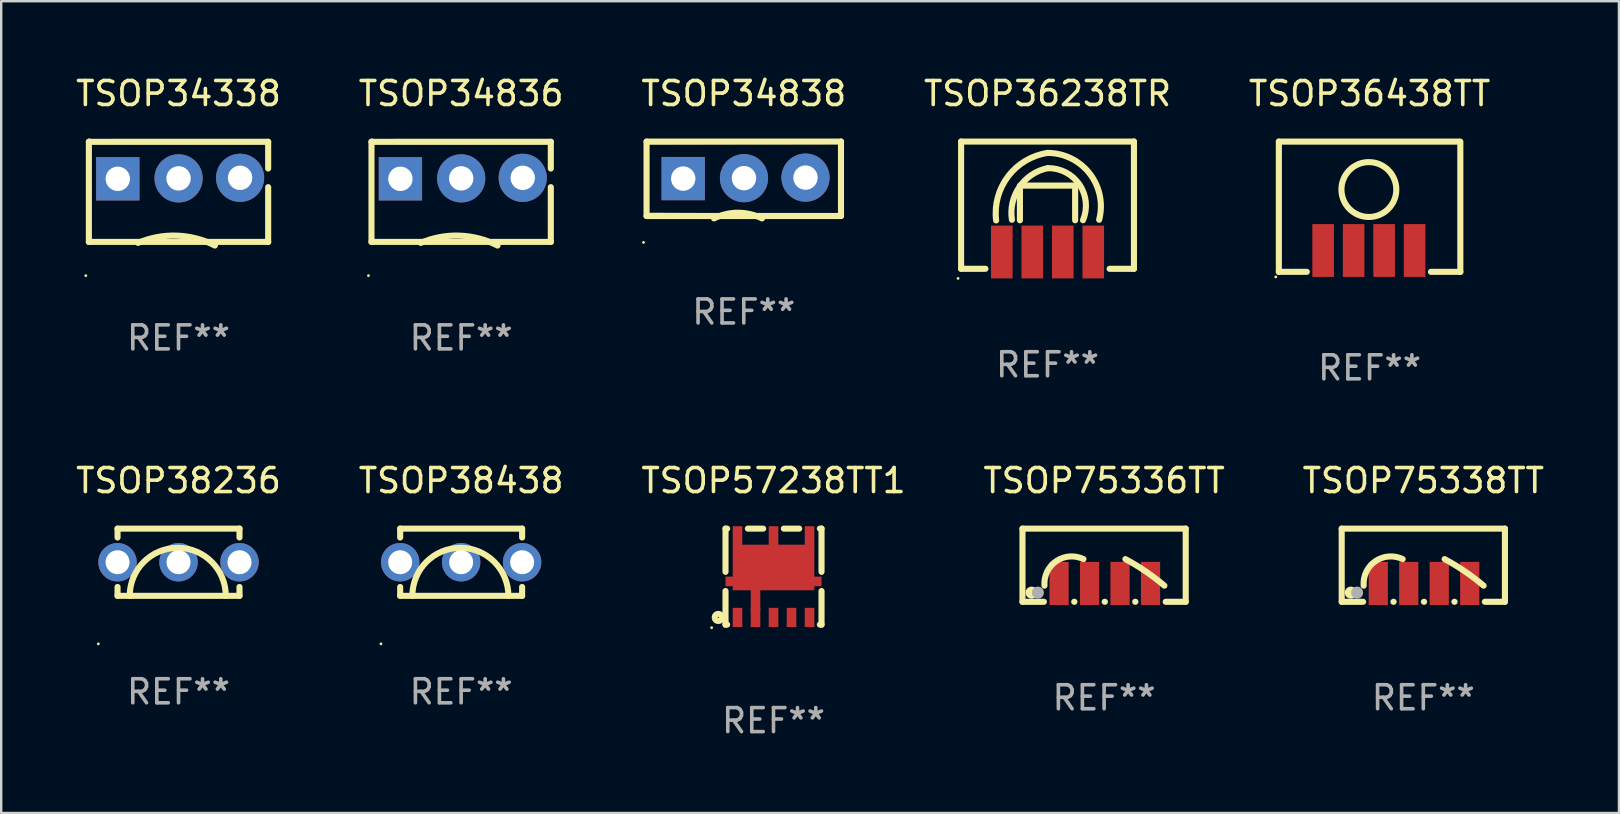
<source format=kicad_pcb>
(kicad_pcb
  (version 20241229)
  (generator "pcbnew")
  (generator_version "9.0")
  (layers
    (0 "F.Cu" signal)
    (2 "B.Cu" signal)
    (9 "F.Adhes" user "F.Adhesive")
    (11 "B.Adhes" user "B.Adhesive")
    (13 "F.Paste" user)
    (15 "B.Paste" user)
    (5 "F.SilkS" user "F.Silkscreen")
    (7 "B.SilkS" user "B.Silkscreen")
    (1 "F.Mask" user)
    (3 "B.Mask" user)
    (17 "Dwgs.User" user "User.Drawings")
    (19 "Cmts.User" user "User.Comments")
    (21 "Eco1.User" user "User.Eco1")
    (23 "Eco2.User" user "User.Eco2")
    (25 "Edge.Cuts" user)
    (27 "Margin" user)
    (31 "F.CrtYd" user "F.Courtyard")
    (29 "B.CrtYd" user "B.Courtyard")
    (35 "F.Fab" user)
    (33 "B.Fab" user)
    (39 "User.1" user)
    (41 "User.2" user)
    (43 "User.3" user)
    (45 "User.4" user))
  (footprint "TSOP57238TT1"
    (layer "F.Cu")
    (at 29.173 20.972)
    (property "Reference" "TSOP57238TT1" (at 0 -4 0) (layer "F.SilkS") (effects (font (size 1 1) (thickness 0.15))))
    (attr through_hole)
    (fp_line (start -1.999 -2) (end -1.999 -0.2) (stroke (width 0.254) (type solid)) (layer "F.SilkS"))
    (fp_line (start -1.999 -2) (end -1.93 -2) (stroke (width 0.254) (type solid)) (layer "F.SilkS"))
    (fp_line (start -1.999 0.6) (end -1.999 2) (stroke (width 0.254) (type solid)) (layer "F.SilkS"))
    (fp_line (start -1.93 2) (end -2.001 2) (stroke (width 0.254) (type solid)) (layer "F.SilkS"))
    (fp_line (start -1.068 -2) (end -0.43 -2) (stroke (width 0.254) (type solid)) (layer "F.SilkS"))
    (fp_line (start 0.432 -2) (end 1.07 -2) (stroke (width 0.254) (type solid)) (layer "F.SilkS"))
    (fp_line (start 1.932 -2) (end 2.001 -2) (stroke (width 0.254) (type solid)) (layer "F.SilkS"))
    (fp_line (start 2.001 -2) (end 2.001 -0.2) (stroke (width 0.254) (type solid)) (layer "F.SilkS"))
    (fp_line (start 2.001 0.6) (end 2.001 2) (stroke (width 0.254) (type solid)) (layer "F.SilkS"))
    (fp_line (start 2.001 2) (end 1.932 2) (stroke (width 0.254) (type solid)) (layer "F.SilkS"))
    (fp_circle (center -2.576 2.127) (end -2.546 2.127) (stroke (width 0.06) (type solid)) (fill no) (layer "F.SilkS"))
    (fp_circle (center -2.299 1.7) (end -2.149 1.7) (stroke (width 0.254) (type solid)) (fill no) (layer "F.SilkS"))
    (fp_text user "REF**" (at 0 6 0) (layer "F.Fab") (effects (font (size 1 1) (thickness 0.15))))
    (pad "1" smd rect (at -1.499 1.7) (size 0.4 0.8) (layers "F.Cu" "F.Mask" "F.Paste"))
    (pad "2" smd rect (at -0.749 1.7) (size 0.4 0.8) (layers "F.Cu" "F.Mask" "F.Paste"))
    (pad "3" smd rect (at 0.001 1.7) (size 0.4 0.8) (layers "F.Cu" "F.Mask" "F.Paste"))
    (pad "4" smd rect (at 0.751 1.7) (size 0.4 0.8) (layers "F.Cu" "F.Mask" "F.Paste"))
    (pad "5" smd rect (at 1.501 1.7) (size 0.4 0.8) (layers "F.Cu" "F.Mask" "F.Paste"))
    (pad "6" smd rect (at 1.501 -1.7) (size 0.4 0.8) (layers "F.Cu" "F.Mask" "F.Paste"))
    (pad "7" smd rect (at 0.001 -1.7) (size 0.4 0.8) (layers "F.Cu" "F.Mask" "F.Paste"))
    (pad "8" smd rect (at -1.499 -1.7) (size 0.4 0.8) (layers "F.Cu" "F.Mask" "F.Paste"))
    (pad "9" smd rect (at -1.499 0.2 90) (size 0.4 1) (layers "F.Cu" "F.Mask" "F.Paste"))
    (pad "9" smd rect (at -0.749 0.9) (size 0.4 1) (layers "F.Cu" "F.Mask" "F.Paste"))
    (pad "9" smd rect (at 0.001 -0.381) (size 3.4 1.9) (layers "F.Cu" "F.Mask" "F.Paste"))
    (pad "9" smd rect (at 1.501 0.2 90) (size 0.4 1) (layers "F.Cu" "F.Mask" "F.Paste")))
  (footprint "TSOP36438TT"
    (layer "F.Cu")
    (at 54.006 5.562)
    (property "Reference" "TSOP36438TT" (at 0 -4.713 0) (layer "F.SilkS") (effects (font (size 1 1) (thickness 0.15))))
    (attr through_hole)
    (fp_line (start -3.78 -2.713) (end -3.78 2.713) (stroke (width 0.254) (type solid)) (layer "F.SilkS"))
    (fp_line (start -3.78 -2.713) (end 3.72 -2.713) (stroke (width 0.254) (type solid)) (layer "F.SilkS"))
    (fp_line (start -3.78 2.713) (end -2.616 2.713) (stroke (width 0.254) (type solid)) (layer "F.SilkS"))
    (fp_line (start 2.556 2.713) (end 3.78 2.713) (stroke (width 0.254) (type solid)) (layer "F.SilkS"))
    (fp_line (start 3.78 2.713) (end 3.78 -2.713) (stroke (width 0.254) (type solid)) (layer "F.SilkS"))
    (fp_circle (center -3.907 2.924) (end -3.877 2.924) (stroke (width 0.06) (type solid)) (fill no) (layer "F.SilkS"))
    (fp_circle (center -0.03 -0.716) (end 1.113 -0.716) (stroke (width 0.254) (type solid)) (fill no) (layer "F.SilkS"))
    (fp_text user "REF**" (at 0 6.713 0) (layer "F.Fab") (effects (font (size 1 1) (thickness 0.15))))
    (pad "1" smd rect (at -1.935 1.824) (size 0.9 2.2) (layers "F.Cu" "F.Mask" "F.Paste"))
    (pad "2" smd rect (at -0.665 1.824) (size 0.9 2.2) (layers "F.Cu" "F.Mask" "F.Paste"))
    (pad "3" smd rect (at 0.605 1.824) (size 0.9 2.2) (layers "F.Cu" "F.Mask" "F.Paste"))
    (pad "4" smd rect (at 1.875 1.824) (size 0.9 2.2) (layers "F.Cu" "F.Mask" "F.Paste")))
  (footprint "TSOP75338TT"
    (layer "F.Cu")
    (at 56.244 20.496)
    (property "Reference" "TSOP75338TT" (at 0 -3.524 0) (layer "F.SilkS") (effects (font (size 1 1) (thickness 0.15))))
    (attr through_hole)
    (fp_line (start -3.4 -1.524) (end 3.4 -1.524) (stroke (width 0.254) (type solid)) (layer "F.SilkS"))
    (fp_line (start -3.4 1.524) (end -3.4 -1.524) (stroke (width 0.254) (type solid)) (layer "F.SilkS"))
    (fp_line (start -2.507 1.524) (end -3.4 1.524) (stroke (width 0.254) (type solid)) (layer "F.SilkS"))
    (fp_line (start -1.245 1.524) (end -1.237 1.524) (stroke (width 0.254) (type solid)) (layer "F.SilkS"))
    (fp_line (start 0.025 1.524) (end 0.033 1.524) (stroke (width 0.254) (type solid)) (layer "F.SilkS"))
    (fp_line (start 1.295 1.524) (end 1.303 1.524) (stroke (width 0.254) (type solid)) (layer "F.SilkS"))
    (fp_line (start 3.4 -1.524) (end 3.4 1.524) (stroke (width 0.254) (type solid)) (layer "F.SilkS"))
    (fp_line (start 3.4 1.524) (end 2.565 1.524) (stroke (width 0.254) (type solid)) (layer "F.SilkS"))
    (fp_arc (start -2.484684 0.852197) (mid -1.991727 -0.170016) (end -0.85997 -0.254001) (stroke (width 0.254001) (type solid)) (layer "F.SilkS"))
    (fp_arc (start 0.886792 -0.254001) (mid 1.72878 0.255577) (end 2.511506 0.852197) (stroke (width 0.254001) (type solid)) (layer "F.SilkS"))
    (fp_circle (center -3.371 1.516) (end -3.341 1.516) (stroke (width 0.06) (type solid)) (fill no) (layer "F.SilkS"))
    (fp_circle (center -3.019 1.143) (end -2.892 1.143) (stroke (width 0.254) (type solid)) (fill no) (layer "F.SilkS"))
    (fp_circle (center -2.759 1.143) (end -2.632 1.143) (stroke (width 0.254) (type solid)) (fill no) (layer "F.Fab"))
    (fp_text user "REF**" (at 0 5.524 0) (layer "F.Fab") (effects (font (size 1 1) (thickness 0.15))))
    (pad "1" smd rect (at -1.876 0.762) (size 0.8 1.8) (layers "F.Cu" "F.Mask" "F.Paste"))
    (pad "2" smd rect (at -0.606 0.762) (size 0.8 1.8) (layers "F.Cu" "F.Mask" "F.Paste"))
    (pad "3" smd rect (at 0.664 0.762) (size 0.8 1.8) (layers "F.Cu" "F.Mask" "F.Paste"))
    (pad "4" smd rect (at 1.934 0.762) (size 0.8 1.8) (layers "F.Cu" "F.Mask" "F.Paste")))
  (footprint "TSOP38236"
    (layer "F.Cu")
    (at 4.387 20.372)
    (property "Reference" "TSOP38236" (at 0 -3.4 0) (layer "F.SilkS") (effects (font (size 1 1) (thickness 0.15))))
    (attr through_hole)
    (fp_line (start -2.54 -1.4) (end 2.54 -1.4) (stroke (width 0.254) (type solid)) (layer "F.SilkS"))
    (fp_line (start -2.54 -1.031) (end -2.54 -1.4) (stroke (width 0.254) (type solid)) (layer "F.SilkS"))
    (fp_line (start -2.54 1.4) (end -2.54 1.031) (stroke (width 0.254) (type solid)) (layer "F.SilkS"))
    (fp_line (start 2.54 -1.4) (end 2.54 -1.031) (stroke (width 0.254) (type solid)) (layer "F.SilkS"))
    (fp_line (start 2.54 1.031) (end 2.54 1.4) (stroke (width 0.254) (type solid)) (layer "F.SilkS"))
    (fp_line (start 2.54 1.4) (end -2.54 1.4) (stroke (width 0.254) (type solid)) (layer "F.SilkS"))
    (fp_arc (start -2.032004 1.4) (mid -0.032004 -0.6) (end 1.967996 1.4) (stroke (width 0.254001) (type solid)) (layer "F.SilkS"))
    (fp_circle (center -3.34 3.4) (end -3.31 3.4) (stroke (width 0.06) (type solid)) (fill no) (layer "F.SilkS"))
    (fp_text user "REF**" (at 0 5.4 0) (layer "F.Fab") (effects (font (size 1 1) (thickness 0.15))))
    (pad "1" thru_hole circle (at -2.54 0) (size 1.6 1.6) (drill 1) (layers "*.Cu" "*.Mask"))
    (pad "2" thru_hole circle (at 0 0) (size 1.6 1.6) (drill 1) (layers "*.Cu" "*.Mask"))
    (pad "3" thru_hole circle (at 2.54 0) (size 1.6 1.6) (drill 1) (layers "*.Cu" "*.Mask")))
  (footprint "TSOP75336TT"
    (layer "F.Cu")
    (at 42.946 20.496)
    (property "Reference" "TSOP75336TT" (at 0 -3.524 0) (layer "F.SilkS") (effects (font (size 1 1) (thickness 0.15))))
    (attr through_hole)
    (fp_line (start -3.4 -1.524) (end 3.4 -1.524) (stroke (width 0.254) (type solid)) (layer "F.SilkS"))
    (fp_line (start -3.4 1.524) (end -3.4 -1.524) (stroke (width 0.254) (type solid)) (layer "F.SilkS"))
    (fp_line (start -2.507 1.524) (end -3.4 1.524) (stroke (width 0.254) (type solid)) (layer "F.SilkS"))
    (fp_line (start -1.245 1.524) (end -1.237 1.524) (stroke (width 0.254) (type solid)) (layer "F.SilkS"))
    (fp_line (start 0.025 1.524) (end 0.033 1.524) (stroke (width 0.254) (type solid)) (layer "F.SilkS"))
    (fp_line (start 1.295 1.524) (end 1.303 1.524) (stroke (width 0.254) (type solid)) (layer "F.SilkS"))
    (fp_line (start 3.4 -1.524) (end 3.4 1.524) (stroke (width 0.254) (type solid)) (layer "F.SilkS"))
    (fp_line (start 3.4 1.524) (end 2.565 1.524) (stroke (width 0.254) (type solid)) (layer "F.SilkS"))
    (fp_arc (start -2.484684 0.852197) (mid -1.991727 -0.170016) (end -0.85997 -0.254001) (stroke (width 0.254001) (type solid)) (layer "F.SilkS"))
    (fp_arc (start 0.886792 -0.254001) (mid 1.72878 0.255577) (end 2.511506 0.852197) (stroke (width 0.254001) (type solid)) (layer "F.SilkS"))
    (fp_circle (center -3.371 1.516) (end -3.341 1.516) (stroke (width 0.06) (type solid)) (fill no) (layer "F.SilkS"))
    (fp_circle (center -3.019 1.143) (end -2.892 1.143) (stroke (width 0.254) (type solid)) (fill no) (layer "F.SilkS"))
    (fp_circle (center -2.759 1.143) (end -2.632 1.143) (stroke (width 0.254) (type solid)) (fill no) (layer "F.Fab"))
    (fp_text user "REF**" (at 0 5.524 0) (layer "F.Fab") (effects (font (size 1 1) (thickness 0.15))))
    (pad "1" smd rect (at -1.876 0.762) (size 0.8 1.8) (layers "F.Cu" "F.Mask" "F.Paste"))
    (pad "2" smd rect (at -0.606 0.762) (size 0.8 1.8) (layers "F.Cu" "F.Mask" "F.Paste"))
    (pad "3" smd rect (at 0.664 0.762) (size 0.8 1.8) (layers "F.Cu" "F.Mask" "F.Paste"))
    (pad "4" smd rect (at 1.934 0.762) (size 0.8 1.8) (layers "F.Cu" "F.Mask" "F.Paste")))
  (footprint "TSOP36238TR"
    (layer "F.Cu")
    (at 40.589 5.498)
    (property "Reference" "TSOP36238TR" (at 0 -4.65 0) (layer "F.SilkS") (effects (font (size 1 1) (thickness 0.15))))
    (attr through_hole)
    (fp_line (start -3.6 -2.65) (end 3.6 -2.65) (stroke (width 0.254) (type solid)) (layer "F.SilkS"))
    (fp_line (start -3.6 2.65) (end -3.6 -2.65) (stroke (width 0.254) (type solid)) (layer "F.SilkS"))
    (fp_line (start -3.6 2.65) (end -2.586 2.65) (stroke (width 0.254) (type solid)) (layer "F.SilkS"))
    (fp_line (start -1.15 -0.752) (end -1.15 0.628) (stroke (width 0.254) (type solid)) (layer "F.SilkS"))
    (fp_line (start 1.15 -0.816) (end -1.15 -0.816) (stroke (width 0.254) (type solid)) (layer "F.SilkS"))
    (fp_line (start 1.15 -0.816) (end 1.15 0.628) (stroke (width 0.254) (type solid)) (layer "F.SilkS"))
    (fp_line (start 2.586 2.65) (end 3.6 2.65) (stroke (width 0.254) (type solid)) (layer "F.SilkS"))
    (fp_line (start 3.6 -2.65) (end 3.6 2.65) (stroke (width 0.254) (type solid)) (layer "F.SilkS"))
    (fp_arc (start -2.141377 0.63523) (mid -1.639948 -1.204098) (end 0 -2.176276) (stroke (width 0.254001) (type solid)) (layer "F.SilkS"))
    (fp_arc (start -1.483262 0.607137) (mid -1.169334 -0.762355) (end 0 -1.541275) (stroke (width 0.254001) (type solid)) (layer "F.SilkS"))
    (fp_arc (start 0.000001 -2.177877) (mid 1.75947 -1.313461) (end 2.15047 0.607493) (stroke (width 0.254001) (type solid)) (layer "F.SilkS"))
    (fp_arc (start 0.012446 -1.542952) (mid 1.332868 -0.8556) (end 1.477877 0.625933) (stroke (width 0.254001) (type solid)) (layer "F.SilkS"))
    (fp_circle (center -3.727 3.05) (end -3.697 3.05) (stroke (width 0.06) (type solid)) (fill no) (layer "F.SilkS"))
    (fp_text user "REF**" (at 0 6.65 0) (layer "F.Fab") (effects (font (size 1 1) (thickness 0.15))))
    (pad "1" smd rect (at -1.905 1.95 90) (size 2.2 0.9) (layers "F.Cu" "F.Mask" "F.Paste"))
    (pad "2" smd rect (at -0.635 1.95 90) (size 2.2 0.9) (layers "F.Cu" "F.Mask" "F.Paste"))
    (pad "3" smd rect (at 0.635 1.95 90) (size 2.2 0.9) (layers "F.Cu" "F.Mask" "F.Paste"))
    (pad "4" smd rect (at 1.905 1.95 90) (size 2.2 0.9) (layers "F.Cu" "F.Mask" "F.Paste")))
  (footprint "TSOP34838"
    (layer "F.Cu")
    (at 27.935 4.398)
    (property "Reference" "TSOP34838" (at 0 -3.55 0) (layer "F.SilkS") (effects (font (size 1 1) (thickness 0.15))))
    (attr through_hole)
    (fp_line (start -4.05 -1.55) (end 4.05 -1.55) (stroke (width 0.254) (type solid)) (layer "F.SilkS"))
    (fp_line (start -4.05 1.55) (end -4.05 -1.55) (stroke (width 0.254) (type solid)) (layer "F.SilkS"))
    (fp_line (start -4.048 -1.532) (end 4.05 -1.55) (stroke (width 0.201) (type solid)) (layer "F.SilkS"))
    (fp_line (start -4.048 1.516) (end -4.048 -1.532) (stroke (width 0.201) (type solid)) (layer "F.SilkS"))
    (fp_line (start 4.05 -1.55) (end 4.05 1.55) (stroke (width 0.201) (type solid)) (layer "F.SilkS"))
    (fp_line (start 4.05 -1.55) (end 4.05 1.55) (stroke (width 0.254) (type solid)) (layer "F.SilkS"))
    (fp_line (start 4.05 1.55) (end -4.05 1.55) (stroke (width 0.254) (type solid)) (layer "F.SilkS"))
    (fp_line (start 4.05 1.55) (end -4.048 1.516) (stroke (width 0.201) (type solid)) (layer "F.SilkS"))
    (fp_arc (start -1.240792 1.650368) (mid -0.24003 1.41412) (end 0.760732 1.650368) (stroke (width 0.254001) (type solid)) (layer "F.SilkS"))
    (fp_circle (center -4.177 2.651) (end -4.147 2.651) (stroke (width 0.06) (type solid)) (fill no) (layer "F.SilkS"))
    (fp_text user "REF**" (at 0 5.55 0) (layer "F.Fab") (effects (font (size 1 1) (thickness 0.15))))
    (pad "1" thru_hole rect (at -2.523 -0.008) (size 1.803 1.803) (drill 1.016) (layers "*.Cu" "*.Mask"))
    (pad "2" thru_hole circle (at 0.009 -0.026) (size 2.007 2.007) (drill 1.016) (layers "*.Cu" "*.Mask"))
    (pad "3" thru_hole circle (at 2.572 -0.049) (size 2.007 2.007) (drill 1.016) (layers "*.Cu" "*.Mask")))
  (footprint "TSOP38438"
    (layer "F.Cu")
    (at 16.161 20.372)
    (property "Reference" "TSOP38438" (at 0 -3.4 0) (layer "F.SilkS") (effects (font (size 1 1) (thickness 0.15))))
    (attr through_hole)
    (fp_line (start -2.54 -1.4) (end 2.54 -1.4) (stroke (width 0.254) (type solid)) (layer "F.SilkS"))
    (fp_line (start -2.54 -1.031) (end -2.54 -1.4) (stroke (width 0.254) (type solid)) (layer "F.SilkS"))
    (fp_line (start -2.54 1.4) (end -2.54 1.031) (stroke (width 0.254) (type solid)) (layer "F.SilkS"))
    (fp_line (start 2.54 -1.4) (end 2.54 -1.031) (stroke (width 0.254) (type solid)) (layer "F.SilkS"))
    (fp_line (start 2.54 1.031) (end 2.54 1.4) (stroke (width 0.254) (type solid)) (layer "F.SilkS"))
    (fp_line (start 2.54 1.4) (end -2.54 1.4) (stroke (width 0.254) (type solid)) (layer "F.SilkS"))
    (fp_arc (start -2.032004 1.4) (mid -0.032004 -0.6) (end 1.967996 1.4) (stroke (width 0.254001) (type solid)) (layer "F.SilkS"))
    (fp_circle (center -3.34 3.4) (end -3.31 3.4) (stroke (width 0.06) (type solid)) (fill no) (layer "F.SilkS"))
    (fp_text user "REF**" (at 0 5.4 0) (layer "F.Fab") (effects (font (size 1 1) (thickness 0.15))))
    (pad "1" thru_hole circle (at -2.54 0) (size 1.6 1.6) (drill 1) (layers "*.Cu" "*.Mask"))
    (pad "2" thru_hole circle (at 0 0) (size 1.6 1.6) (drill 1) (layers "*.Cu" "*.Mask"))
    (pad "3" thru_hole circle (at 2.54 0) (size 1.6 1.6) (drill 1) (layers "*.Cu" "*.Mask")))
  (footprint "TSOP34338"
    (layer "F.Cu")
    (at 4.387 4.938)
    (property "Reference" "TSOP34338" (at 0 -4.09 0) (layer "F.SilkS") (effects (font (size 1 1) (thickness 0.15))))
    (attr through_hole)
    (fp_line (start -3.735 -2.081) (end -3.705 -2.09) (stroke (width 0.254) (type solid)) (layer "F.SilkS"))
    (fp_line (start -3.735 2.09) (end -3.735 -2.081) (stroke (width 0.254) (type solid)) (layer "F.SilkS"))
    (fp_line (start -3.725 -2.08) (end 3.735 -2.081) (stroke (width 0.254) (type solid)) (layer "F.SilkS"))
    (fp_line (start 3.735 -2.081) (end 3.735 -0.968) (stroke (width 0.254) (type solid)) (layer "F.SilkS"))
    (fp_line (start 3.735 -0.192) (end 3.735 2.09) (stroke (width 0.254) (type solid)) (layer "F.SilkS"))
    (fp_line (start 3.735 2.09) (end -3.735 2.09) (stroke (width 0.254) (type solid)) (layer "F.SilkS"))
    (fp_arc (start -1.684912 2.130175) (mid -0.072561 1.828006) (end 1.515241 2.240158) (stroke (width 0.254001) (type solid)) (layer "F.SilkS"))
    (fp_circle (center -3.862 3.495) (end -3.832 3.495) (stroke (width 0.06) (type solid)) (fill no) (layer "F.SilkS"))
    (fp_text user "REF**" (at 0 6.09 0) (layer "F.Fab") (effects (font (size 1 1) (thickness 0.15))))
    (pad "1" thru_hole rect (at -2.53 -0.539) (size 1.803 1.803) (drill 1.016) (layers "*.Cu" "*.Mask"))
    (pad "2" thru_hole circle (at 0.002 -0.557) (size 2.007 2.007) (drill 1.016) (layers "*.Cu" "*.Mask"))
    (pad "3" thru_hole circle (at 2.565 -0.58) (size 2.007 2.007) (drill 1.016) (layers "*.Cu" "*.Mask")))
  (footprint "TSOP34836"
    (layer "F.Cu")
    (at 16.161 4.938)
    (property "Reference" "TSOP34836" (at 0 -4.09 0) (layer "F.SilkS") (effects (font (size 1 1) (thickness 0.15))))
    (attr through_hole)
    (fp_line (start -3.735 -2.081) (end -3.705 -2.09) (stroke (width 0.254) (type solid)) (layer "F.SilkS"))
    (fp_line (start -3.735 2.09) (end -3.735 -2.081) (stroke (width 0.254) (type solid)) (layer "F.SilkS"))
    (fp_line (start -3.725 -2.08) (end 3.735 -2.081) (stroke (width 0.254) (type solid)) (layer "F.SilkS"))
    (fp_line (start 3.735 -2.081) (end 3.735 -0.968) (stroke (width 0.254) (type solid)) (layer "F.SilkS"))
    (fp_line (start 3.735 -0.192) (end 3.735 2.09) (stroke (width 0.254) (type solid)) (layer "F.SilkS"))
    (fp_line (start 3.735 2.09) (end -3.735 2.09) (stroke (width 0.254) (type solid)) (layer "F.SilkS"))
    (fp_arc (start -1.684912 2.130175) (mid -0.072561 1.828006) (end 1.515241 2.240158) (stroke (width 0.254001) (type solid)) (layer "F.SilkS"))
    (fp_circle (center -3.862 3.495) (end -3.832 3.495) (stroke (width 0.06) (type solid)) (fill no) (layer "F.SilkS"))
    (fp_text user "REF**" (at 0 6.09 0) (layer "F.Fab") (effects (font (size 1 1) (thickness 0.15))))
    (pad "1" thru_hole rect (at -2.53 -0.539) (size 1.803 1.803) (drill 1.016) (layers "*.Cu" "*.Mask"))
    (pad "2" thru_hole circle (at 0.002 -0.557) (size 2.007 2.007) (drill 1.016) (layers "*.Cu" "*.Mask"))
    (pad "3" thru_hole circle (at 2.565 -0.58) (size 2.007 2.007) (drill 1.016) (layers "*.Cu" "*.Mask")))
  (gr_rect
    (start -3 -3)
    (end 64.393 30.82)
    (stroke (width 0.1) (type default))
    (fill no)
    (layer "Edge.Cuts")))
</source>
